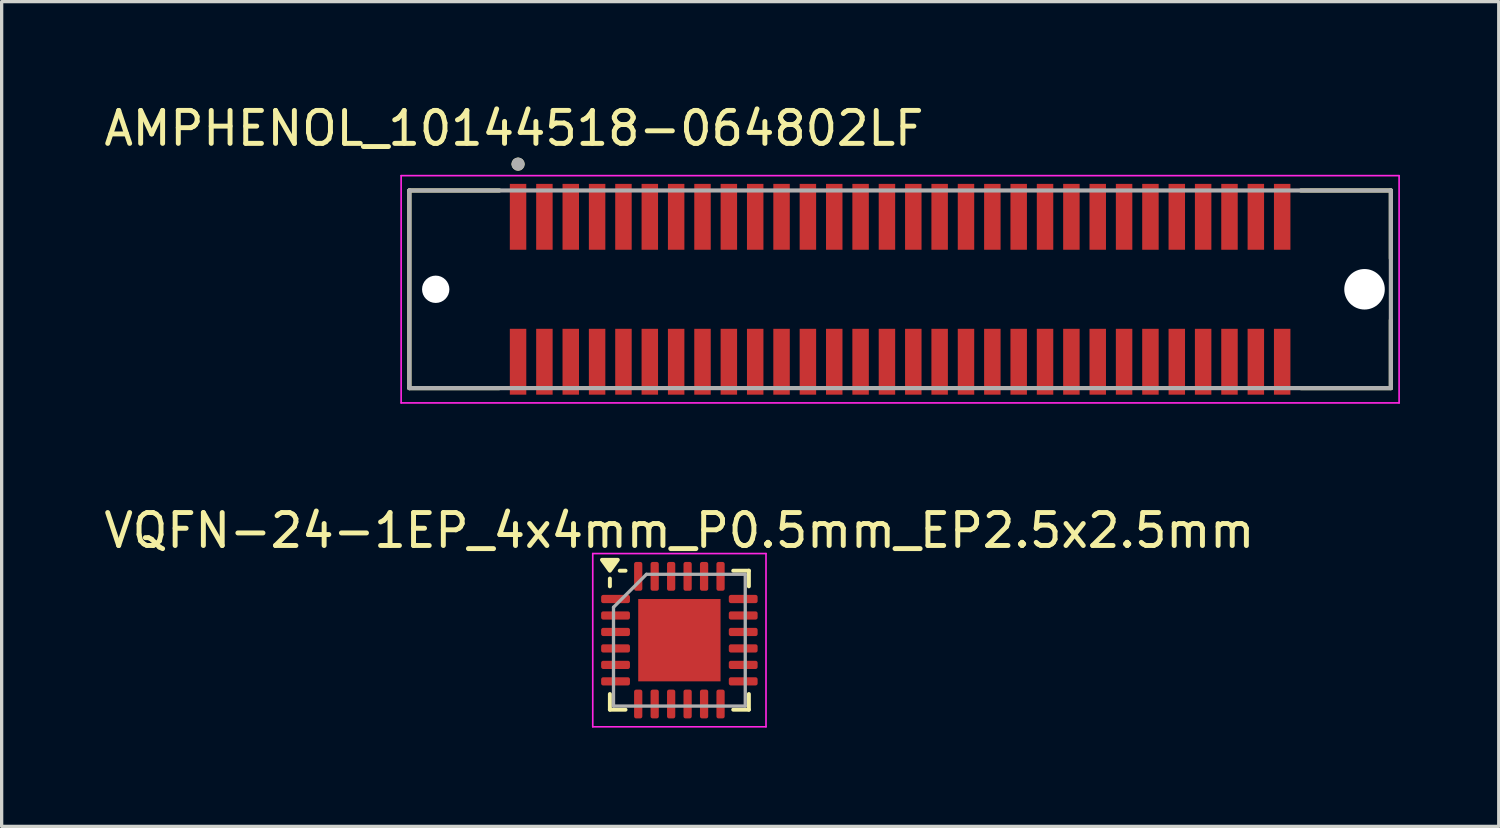
<source format=kicad_pcb>
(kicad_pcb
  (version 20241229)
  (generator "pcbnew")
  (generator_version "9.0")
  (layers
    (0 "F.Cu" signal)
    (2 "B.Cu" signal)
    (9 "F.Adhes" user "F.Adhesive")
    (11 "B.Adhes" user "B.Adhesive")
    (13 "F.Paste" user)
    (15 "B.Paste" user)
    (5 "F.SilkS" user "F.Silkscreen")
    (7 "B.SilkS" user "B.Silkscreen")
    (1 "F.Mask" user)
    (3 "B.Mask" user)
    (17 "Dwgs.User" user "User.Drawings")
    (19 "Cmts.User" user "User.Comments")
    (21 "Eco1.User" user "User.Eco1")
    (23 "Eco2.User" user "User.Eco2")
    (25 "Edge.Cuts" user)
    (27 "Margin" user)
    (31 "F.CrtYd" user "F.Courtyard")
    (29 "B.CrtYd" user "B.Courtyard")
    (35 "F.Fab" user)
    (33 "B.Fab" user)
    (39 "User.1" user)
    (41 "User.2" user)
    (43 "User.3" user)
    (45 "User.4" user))
  (footprint "VQFN-24-1EP_4x4mm_P0.5mm_EP2.5x2.5mm"
    (layer "F.Cu")
    (at 17.577 16.387)
    (property "Reference" "VQFN-24-1EP_4x4mm_P0.5mm_EP2.5x2.5mm" (at 0 -3.33 0) (layer "F.SilkS") (effects (font (size 1 1) (thickness 0.15))))
    (attr smd)
    (fp_line (start -2.11 -1.635) (end -2.11 -1.87) (stroke (width 0.12) (type solid)) (layer "F.SilkS"))
    (fp_line (start -2.11 2.11) (end -2.11 1.635) (stroke (width 0.12) (type solid)) (layer "F.SilkS"))
    (fp_line (start -1.635 -2.11) (end -1.81 -2.11) (stroke (width 0.12) (type solid)) (layer "F.SilkS"))
    (fp_line (start -1.635 2.11) (end -2.11 2.11) (stroke (width 0.12) (type solid)) (layer "F.SilkS"))
    (fp_line (start 1.635 -2.11) (end 2.11 -2.11) (stroke (width 0.12) (type solid)) (layer "F.SilkS"))
    (fp_line (start 1.635 2.11) (end 2.11 2.11) (stroke (width 0.12) (type solid)) (layer "F.SilkS"))
    (fp_line (start 2.11 -2.11) (end 2.11 -1.635) (stroke (width 0.12) (type solid)) (layer "F.SilkS"))
    (fp_line (start 2.11 2.11) (end 2.11 1.635) (stroke (width 0.12) (type solid)) (layer "F.SilkS"))
    (fp_poly (pts (xy -2.11 -2.11) (xy -2.35 -2.44) (xy -1.87 -2.44) (xy -2.11 -2.11)) (stroke (width 0.12) (type solid)) (fill yes) (layer "F.SilkS"))
    (fp_line (start -2.63 -2.63) (end -2.63 2.63) (stroke (width 0.05) (type solid)) (layer "F.CrtYd"))
    (fp_line (start -2.63 2.63) (end 2.63 2.63) (stroke (width 0.05) (type solid)) (layer "F.CrtYd"))
    (fp_line (start 2.63 -2.63) (end -2.63 -2.63) (stroke (width 0.05) (type solid)) (layer "F.CrtYd"))
    (fp_line (start 2.63 2.63) (end 2.63 -2.63) (stroke (width 0.05) (type solid)) (layer "F.CrtYd"))
    (fp_line (start -2 -1) (end -1 -2) (stroke (width 0.1) (type solid)) (layer "F.Fab"))
    (fp_line (start -2 2) (end -2 -1) (stroke (width 0.1) (type solid)) (layer "F.Fab"))
    (fp_line (start -1 -2) (end 2 -2) (stroke (width 0.1) (type solid)) (layer "F.Fab"))
    (fp_line (start 2 -2) (end 2 2) (stroke (width 0.1) (type solid)) (layer "F.Fab"))
    (fp_line (start 2 2) (end -2 2) (stroke (width 0.1) (type solid)) (layer "F.Fab"))
    (pad "" smd roundrect (at -0.625 -0.625) (size 1.01 1.01) (layers "F.Paste") (roundrect_rratio 0.248))
    (pad "" smd roundrect (at -0.625 0.625) (size 1.01 1.01) (layers "F.Paste") (roundrect_rratio 0.248))
    (pad "" smd roundrect (at 0.625 -0.625) (size 1.01 1.01) (layers "F.Paste") (roundrect_rratio 0.248))
    (pad "" smd roundrect (at 0.625 0.625) (size 1.01 1.01) (layers "F.Paste") (roundrect_rratio 0.248))
    (pad "1" smd roundrect (at -1.938 -1.25) (size 0.875 0.25) (layers "F.Cu" "F.Mask" "F.Paste") (roundrect_rratio 0.25))
    (pad "2" smd roundrect (at -1.938 -0.75) (size 0.875 0.25) (layers "F.Cu" "F.Mask" "F.Paste") (roundrect_rratio 0.25))
    (pad "3" smd roundrect (at -1.938 -0.25) (size 0.875 0.25) (layers "F.Cu" "F.Mask" "F.Paste") (roundrect_rratio 0.25))
    (pad "4" smd roundrect (at -1.938 0.25) (size 0.875 0.25) (layers "F.Cu" "F.Mask" "F.Paste") (roundrect_rratio 0.25))
    (pad "5" smd roundrect (at -1.938 0.75) (size 0.875 0.25) (layers "F.Cu" "F.Mask" "F.Paste") (roundrect_rratio 0.25))
    (pad "6" smd roundrect (at -1.938 1.25) (size 0.875 0.25) (layers "F.Cu" "F.Mask" "F.Paste") (roundrect_rratio 0.25))
    (pad "7" smd roundrect (at -1.25 1.938) (size 0.25 0.875) (layers "F.Cu" "F.Mask" "F.Paste") (roundrect_rratio 0.25))
    (pad "8" smd roundrect (at -0.75 1.938) (size 0.25 0.875) (layers "F.Cu" "F.Mask" "F.Paste") (roundrect_rratio 0.25))
    (pad "9" smd roundrect (at -0.25 1.938) (size 0.25 0.875) (layers "F.Cu" "F.Mask" "F.Paste") (roundrect_rratio 0.25))
    (pad "10" smd roundrect (at 0.25 1.938) (size 0.25 0.875) (layers "F.Cu" "F.Mask" "F.Paste") (roundrect_rratio 0.25))
    (pad "11" smd roundrect (at 0.75 1.938) (size 0.25 0.875) (layers "F.Cu" "F.Mask" "F.Paste") (roundrect_rratio 0.25))
    (pad "12" smd roundrect (at 1.25 1.938) (size 0.25 0.875) (layers "F.Cu" "F.Mask" "F.Paste") (roundrect_rratio 0.25))
    (pad "13" smd roundrect (at 1.938 1.25) (size 0.875 0.25) (layers "F.Cu" "F.Mask" "F.Paste") (roundrect_rratio 0.25))
    (pad "14" smd roundrect (at 1.938 0.75) (size 0.875 0.25) (layers "F.Cu" "F.Mask" "F.Paste") (roundrect_rratio 0.25))
    (pad "15" smd roundrect (at 1.938 0.25) (size 0.875 0.25) (layers "F.Cu" "F.Mask" "F.Paste") (roundrect_rratio 0.25))
    (pad "16" smd roundrect (at 1.938 -0.25) (size 0.875 0.25) (layers "F.Cu" "F.Mask" "F.Paste") (roundrect_rratio 0.25))
    (pad "17" smd roundrect (at 1.938 -0.75) (size 0.875 0.25) (layers "F.Cu" "F.Mask" "F.Paste") (roundrect_rratio 0.25))
    (pad "18" smd roundrect (at 1.938 -1.25) (size 0.875 0.25) (layers "F.Cu" "F.Mask" "F.Paste") (roundrect_rratio 0.25))
    (pad "19" smd roundrect (at 1.25 -1.938) (size 0.25 0.875) (layers "F.Cu" "F.Mask" "F.Paste") (roundrect_rratio 0.25))
    (pad "20" smd roundrect (at 0.75 -1.938) (size 0.25 0.875) (layers "F.Cu" "F.Mask" "F.Paste") (roundrect_rratio 0.25))
    (pad "21" smd roundrect (at 0.25 -1.938) (size 0.25 0.875) (layers "F.Cu" "F.Mask" "F.Paste") (roundrect_rratio 0.25))
    (pad "22" smd roundrect (at -0.25 -1.938) (size 0.25 0.875) (layers "F.Cu" "F.Mask" "F.Paste") (roundrect_rratio 0.25))
    (pad "23" smd roundrect (at -0.75 -1.938) (size 0.25 0.875) (layers "F.Cu" "F.Mask" "F.Paste") (roundrect_rratio 0.25))
    (pad "24" smd roundrect (at -1.25 -1.938) (size 0.25 0.875) (layers "F.Cu" "F.Mask" "F.Paste") (roundrect_rratio 0.25))
    (pad "25" smd rect (at 0 0) (size 2.5 2.5) (property pad_prop_heatsink) (layers "F.Cu" "F.Mask")))
  (footprint "AMPHENOL_10144518-064802LF"
    (layer "F.Cu")
    (at 24.279 5.733)
    (property "Reference" "AMPHENOL_10144518-064802LF" (at -11.725 -4.885 0) (layer "F.SilkS") (effects (font (size 1 1) (thickness 0.15))))
    (attr smd)
    (fp_line (start -14.9 -3) (end -12.17 -3) (stroke (width 0.127) (type solid)) (layer "F.SilkS"))
    (fp_line (start -14.9 3) (end -14.9 -3) (stroke (width 0.127) (type solid)) (layer "F.SilkS"))
    (fp_line (start -14.9 3) (end -12.17 3) (stroke (width 0.127) (type solid)) (layer "F.SilkS"))
    (fp_line (start 12.17 -3) (end 14.9 -3) (stroke (width 0.127) (type solid)) (layer "F.SilkS"))
    (fp_line (start 12.17 3) (end 14.9 3) (stroke (width 0.127) (type solid)) (layer "F.SilkS"))
    (fp_line (start 14.9 -3) (end 14.9 -0.935) (stroke (width 0.127) (type solid)) (layer "F.SilkS"))
    (fp_line (start 14.9 0.935) (end 14.9 3) (stroke (width 0.127) (type solid)) (layer "F.SilkS"))
    (fp_circle (center -11.6 -3.8) (end -11.5 -3.8) (stroke (width 0.2) (type solid)) (fill no) (layer "F.SilkS"))
    (fp_line (start -15.15 -3.45) (end -15.15 3.45) (stroke (width 0.05) (type solid)) (layer "F.CrtYd"))
    (fp_line (start -15.15 3.45) (end 15.15 3.45) (stroke (width 0.05) (type solid)) (layer "F.CrtYd"))
    (fp_line (start 15.15 -3.45) (end -15.15 -3.45) (stroke (width 0.05) (type solid)) (layer "F.CrtYd"))
    (fp_line (start 15.15 3.45) (end 15.15 -3.45) (stroke (width 0.05) (type solid)) (layer "F.CrtYd"))
    (fp_line (start -14.9 -3) (end 14.9 -3) (stroke (width 0.127) (type solid)) (layer "F.Fab"))
    (fp_line (start -14.9 3) (end -14.9 -3) (stroke (width 0.127) (type solid)) (layer "F.Fab"))
    (fp_line (start 14.9 -3) (end 14.9 3) (stroke (width 0.127) (type solid)) (layer "F.Fab"))
    (fp_line (start 14.9 3) (end -14.9 3) (stroke (width 0.127) (type solid)) (layer "F.Fab"))
    (fp_circle (center -11.6 -3.8) (end -11.5 -3.8) (stroke (width 0.2) (type solid)) (fill no) (layer "F.Fab"))
    (pad "" np_thru_hole circle (at -14.1 0 180) (size 0.83 0.83) (drill 0.83) (layers "*.Cu" "*.Mask"))
    (pad "" np_thru_hole circle (at 14.1 0 180) (size 1.23 1.23) (drill 1.23) (layers "*.Cu" "*.Mask"))
    (pad "1" smd rect (at -11.6 -2.2 180) (size 0.5 2) (layers "F.Cu" "F.Mask" "F.Paste"))
    (pad "2" smd rect (at -11.6 2.2 180) (size 0.5 2) (layers "F.Cu" "F.Mask" "F.Paste"))
    (pad "3" smd rect (at -10.8 -2.2 180) (size 0.5 2) (layers "F.Cu" "F.Mask" "F.Paste"))
    (pad "4" smd rect (at -10.8 2.2 180) (size 0.5 2) (layers "F.Cu" "F.Mask" "F.Paste"))
    (pad "5" smd rect (at -10 -2.2 180) (size 0.5 2) (layers "F.Cu" "F.Mask" "F.Paste"))
    (pad "6" smd rect (at -10 2.2 180) (size 0.5 2) (layers "F.Cu" "F.Mask" "F.Paste"))
    (pad "7" smd rect (at -9.2 -2.2 180) (size 0.5 2) (layers "F.Cu" "F.Mask" "F.Paste"))
    (pad "8" smd rect (at -9.2 2.2 180) (size 0.5 2) (layers "F.Cu" "F.Mask" "F.Paste"))
    (pad "9" smd rect (at -8.4 -2.2 180) (size 0.5 2) (layers "F.Cu" "F.Mask" "F.Paste"))
    (pad "10" smd rect (at -8.4 2.2 180) (size 0.5 2) (layers "F.Cu" "F.Mask" "F.Paste"))
    (pad "11" smd rect (at -7.6 -2.2 180) (size 0.5 2) (layers "F.Cu" "F.Mask" "F.Paste"))
    (pad "12" smd rect (at -7.6 2.2 180) (size 0.5 2) (layers "F.Cu" "F.Mask" "F.Paste"))
    (pad "13" smd rect (at -6.8 -2.2 180) (size 0.5 2) (layers "F.Cu" "F.Mask" "F.Paste"))
    (pad "14" smd rect (at -6.8 2.2 180) (size 0.5 2) (layers "F.Cu" "F.Mask" "F.Paste"))
    (pad "15" smd rect (at -6 -2.2 180) (size 0.5 2) (layers "F.Cu" "F.Mask" "F.Paste"))
    (pad "16" smd rect (at -6 2.2 180) (size 0.5 2) (layers "F.Cu" "F.Mask" "F.Paste"))
    (pad "17" smd rect (at -5.2 -2.2 180) (size 0.5 2) (layers "F.Cu" "F.Mask" "F.Paste"))
    (pad "18" smd rect (at -5.2 2.2 180) (size 0.5 2) (layers "F.Cu" "F.Mask" "F.Paste"))
    (pad "19" smd rect (at -4.4 -2.2 180) (size 0.5 2) (layers "F.Cu" "F.Mask" "F.Paste"))
    (pad "20" smd rect (at -4.4 2.2 180) (size 0.5 2) (layers "F.Cu" "F.Mask" "F.Paste"))
    (pad "21" smd rect (at -3.6 -2.2 180) (size 0.5 2) (layers "F.Cu" "F.Mask" "F.Paste"))
    (pad "22" smd rect (at -3.6 2.2 180) (size 0.5 2) (layers "F.Cu" "F.Mask" "F.Paste"))
    (pad "23" smd rect (at -2.8 -2.2 180) (size 0.5 2) (layers "F.Cu" "F.Mask" "F.Paste"))
    (pad "24" smd rect (at -2.8 2.2 180) (size 0.5 2) (layers "F.Cu" "F.Mask" "F.Paste"))
    (pad "25" smd rect (at -2 -2.2 180) (size 0.5 2) (layers "F.Cu" "F.Mask" "F.Paste"))
    (pad "26" smd rect (at -2 2.2 180) (size 0.5 2) (layers "F.Cu" "F.Mask" "F.Paste"))
    (pad "27" smd rect (at -1.2 -2.2 180) (size 0.5 2) (layers "F.Cu" "F.Mask" "F.Paste"))
    (pad "28" smd rect (at -1.2 2.2 180) (size 0.5 2) (layers "F.Cu" "F.Mask" "F.Paste"))
    (pad "29" smd rect (at -0.4 -2.2 180) (size 0.5 2) (layers "F.Cu" "F.Mask" "F.Paste"))
    (pad "30" smd rect (at -0.4 2.2 180) (size 0.5 2) (layers "F.Cu" "F.Mask" "F.Paste"))
    (pad "31" smd rect (at 0.4 -2.2 180) (size 0.5 2) (layers "F.Cu" "F.Mask" "F.Paste"))
    (pad "32" smd rect (at 0.4 2.2 180) (size 0.5 2) (layers "F.Cu" "F.Mask" "F.Paste"))
    (pad "33" smd rect (at 1.2 -2.2 180) (size 0.5 2) (layers "F.Cu" "F.Mask" "F.Paste"))
    (pad "34" smd rect (at 1.2 2.2 180) (size 0.5 2) (layers "F.Cu" "F.Mask" "F.Paste"))
    (pad "35" smd rect (at 2 -2.2 180) (size 0.5 2) (layers "F.Cu" "F.Mask" "F.Paste"))
    (pad "36" smd rect (at 2 2.2 180) (size 0.5 2) (layers "F.Cu" "F.Mask" "F.Paste"))
    (pad "37" smd rect (at 2.8 -2.2 180) (size 0.5 2) (layers "F.Cu" "F.Mask" "F.Paste"))
    (pad "38" smd rect (at 2.8 2.2 180) (size 0.5 2) (layers "F.Cu" "F.Mask" "F.Paste"))
    (pad "39" smd rect (at 3.6 -2.2 180) (size 0.5 2) (layers "F.Cu" "F.Mask" "F.Paste"))
    (pad "40" smd rect (at 3.6 2.2 180) (size 0.5 2) (layers "F.Cu" "F.Mask" "F.Paste"))
    (pad "41" smd rect (at 4.4 -2.2 180) (size 0.5 2) (layers "F.Cu" "F.Mask" "F.Paste"))
    (pad "42" smd rect (at 4.4 2.2 180) (size 0.5 2) (layers "F.Cu" "F.Mask" "F.Paste"))
    (pad "43" smd rect (at 5.2 -2.2 180) (size 0.5 2) (layers "F.Cu" "F.Mask" "F.Paste"))
    (pad "44" smd rect (at 5.2 2.2 180) (size 0.5 2) (layers "F.Cu" "F.Mask" "F.Paste"))
    (pad "45" smd rect (at 6 -2.2 180) (size 0.5 2) (layers "F.Cu" "F.Mask" "F.Paste"))
    (pad "46" smd rect (at 6 2.2 180) (size 0.5 2) (layers "F.Cu" "F.Mask" "F.Paste"))
    (pad "47" smd rect (at 6.8 -2.2 180) (size 0.5 2) (layers "F.Cu" "F.Mask" "F.Paste"))
    (pad "48" smd rect (at 6.8 2.2 180) (size 0.5 2) (layers "F.Cu" "F.Mask" "F.Paste"))
    (pad "49" smd rect (at 7.6 -2.2 180) (size 0.5 2) (layers "F.Cu" "F.Mask" "F.Paste"))
    (pad "50" smd rect (at 7.6 2.2 180) (size 0.5 2) (layers "F.Cu" "F.Mask" "F.Paste"))
    (pad "51" smd rect (at 8.4 -2.2 180) (size 0.5 2) (layers "F.Cu" "F.Mask" "F.Paste"))
    (pad "52" smd rect (at 8.4 2.2 180) (size 0.5 2) (layers "F.Cu" "F.Mask" "F.Paste"))
    (pad "53" smd rect (at 9.2 -2.2 180) (size 0.5 2) (layers "F.Cu" "F.Mask" "F.Paste"))
    (pad "54" smd rect (at 9.2 2.2 180) (size 0.5 2) (layers "F.Cu" "F.Mask" "F.Paste"))
    (pad "55" smd rect (at 10 -2.2 180) (size 0.5 2) (layers "F.Cu" "F.Mask" "F.Paste"))
    (pad "56" smd rect (at 10 2.2 180) (size 0.5 2) (layers "F.Cu" "F.Mask" "F.Paste"))
    (pad "57" smd rect (at 10.8 -2.2 180) (size 0.5 2) (layers "F.Cu" "F.Mask" "F.Paste"))
    (pad "58" smd rect (at 10.8 2.2 180) (size 0.5 2) (layers "F.Cu" "F.Mask" "F.Paste"))
    (pad "59" smd rect (at 11.6 -2.2 180) (size 0.5 2) (layers "F.Cu" "F.Mask" "F.Paste"))
    (pad "60" smd rect (at 11.6 2.2 180) (size 0.5 2) (layers "F.Cu" "F.Mask" "F.Paste")))
  (gr_rect
    (start -3 -3)
    (end 42.454 22.041)
    (stroke (width 0.1) (type default))
    (fill no)
    (layer "Edge.Cuts")))
</source>
